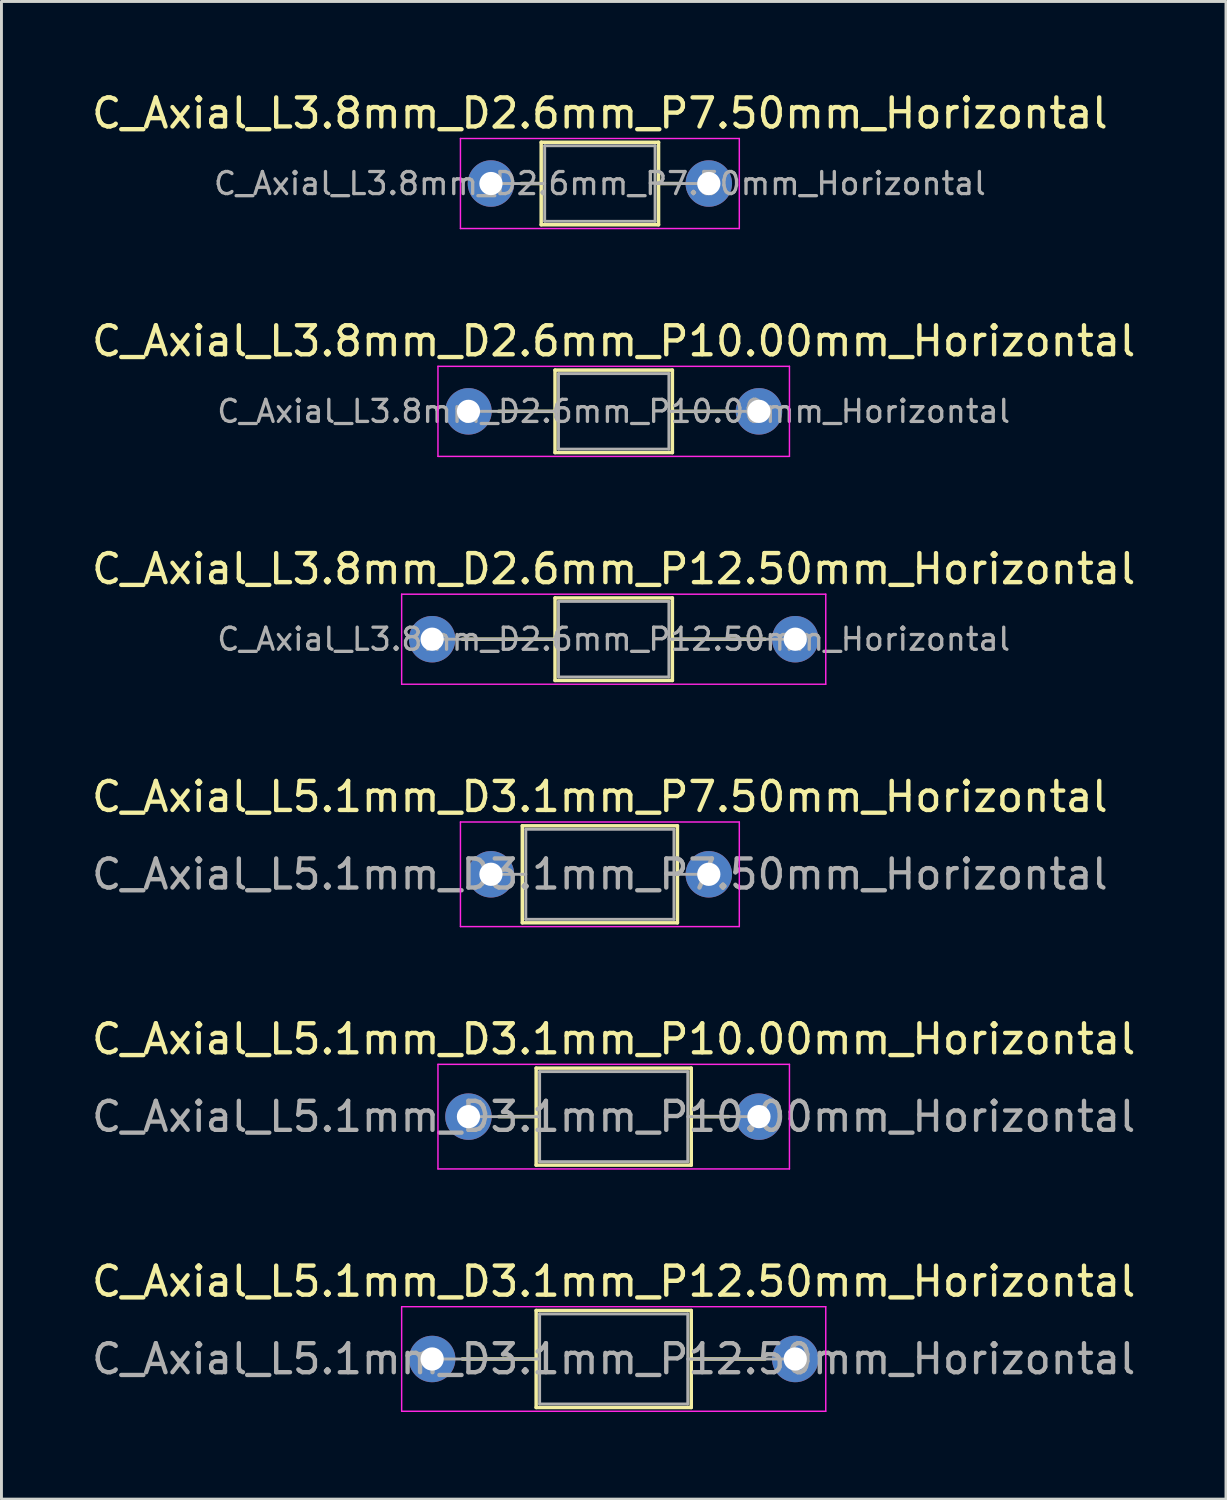
<source format=kicad_pcb>
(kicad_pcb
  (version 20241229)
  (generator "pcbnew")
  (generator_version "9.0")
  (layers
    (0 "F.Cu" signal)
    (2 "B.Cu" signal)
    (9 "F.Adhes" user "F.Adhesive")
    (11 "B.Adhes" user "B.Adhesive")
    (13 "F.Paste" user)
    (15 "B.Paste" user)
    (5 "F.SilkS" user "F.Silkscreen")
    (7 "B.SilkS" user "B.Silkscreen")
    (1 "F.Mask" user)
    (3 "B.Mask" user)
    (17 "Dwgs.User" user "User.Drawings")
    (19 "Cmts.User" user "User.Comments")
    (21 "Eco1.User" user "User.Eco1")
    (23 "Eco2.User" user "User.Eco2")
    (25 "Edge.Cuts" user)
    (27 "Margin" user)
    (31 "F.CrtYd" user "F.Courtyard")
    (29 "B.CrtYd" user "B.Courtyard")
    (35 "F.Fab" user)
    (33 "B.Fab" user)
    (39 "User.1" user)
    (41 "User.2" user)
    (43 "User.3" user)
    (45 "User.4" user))
  (footprint "C_Axial_L5.1mm_D3.1mm_P12.50mm_Horizontal"
    (layer "F.Cu")
    (at 11.827 43.734)
    (property "Reference" "C_Axial_L5.1mm_D3.1mm_P12.50mm_Horizontal" (at 6.25 -2.67 0) (layer "F.SilkS") (effects (font (size 1 1) (thickness 0.15))))
    (attr through_hole)
    (fp_line (start 1.04 0) (end 3.58 0) (stroke (width 0.12) (type solid)) (layer "F.SilkS"))
    (fp_line (start 3.58 -1.67) (end 3.58 1.67) (stroke (width 0.12) (type solid)) (layer "F.SilkS"))
    (fp_line (start 3.58 1.67) (end 8.92 1.67) (stroke (width 0.12) (type solid)) (layer "F.SilkS"))
    (fp_line (start 8.92 -1.67) (end 3.58 -1.67) (stroke (width 0.12) (type solid)) (layer "F.SilkS"))
    (fp_line (start 8.92 1.67) (end 8.92 -1.67) (stroke (width 0.12) (type solid)) (layer "F.SilkS"))
    (fp_line (start 11.46 0) (end 8.92 0) (stroke (width 0.12) (type solid)) (layer "F.SilkS"))
    (fp_line (start -1.05 -1.8) (end -1.05 1.8) (stroke (width 0.05) (type solid)) (layer "F.CrtYd"))
    (fp_line (start -1.05 1.8) (end 13.55 1.8) (stroke (width 0.05) (type solid)) (layer "F.CrtYd"))
    (fp_line (start 13.55 -1.8) (end -1.05 -1.8) (stroke (width 0.05) (type solid)) (layer "F.CrtYd"))
    (fp_line (start 13.55 1.8) (end 13.55 -1.8) (stroke (width 0.05) (type solid)) (layer "F.CrtYd"))
    (fp_line (start 0 0) (end 3.7 0) (stroke (width 0.1) (type solid)) (layer "F.Fab"))
    (fp_line (start 3.7 -1.55) (end 3.7 1.55) (stroke (width 0.1) (type solid)) (layer "F.Fab"))
    (fp_line (start 3.7 1.55) (end 8.8 1.55) (stroke (width 0.1) (type solid)) (layer "F.Fab"))
    (fp_line (start 8.8 -1.55) (end 3.7 -1.55) (stroke (width 0.1) (type solid)) (layer "F.Fab"))
    (fp_line (start 8.8 1.55) (end 8.8 -1.55) (stroke (width 0.1) (type solid)) (layer "F.Fab"))
    (fp_line (start 12.5 0) (end 8.8 0) (stroke (width 0.1) (type solid)) (layer "F.Fab"))
    (fp_text user "${REFERENCE}" (at 6.25 0 0) (layer "F.Fab") (effects (font (size 1 1) (thickness 0.15))))
    (pad "1" thru_hole circle (at 0 0) (size 1.6 1.6) (drill 0.8) (layers "*.Cu" "*.Mask"))
    (pad "2" thru_hole oval (at 12.5 0) (size 1.6 1.6) (drill 0.8) (layers "*.Cu" "*.Mask")))
  (footprint "C_Axial_L5.1mm_D3.1mm_P10.00mm_Horizontal"
    (layer "F.Cu")
    (at 13.077 35.391)
    (property "Reference" "C_Axial_L5.1mm_D3.1mm_P10.00mm_Horizontal" (at 5 -2.67 0) (layer "F.SilkS") (effects (font (size 1 1) (thickness 0.15))))
    (attr through_hole)
    (fp_line (start 1.04 0) (end 2.33 0) (stroke (width 0.12) (type solid)) (layer "F.SilkS"))
    (fp_line (start 2.33 -1.67) (end 2.33 1.67) (stroke (width 0.12) (type solid)) (layer "F.SilkS"))
    (fp_line (start 2.33 1.67) (end 7.67 1.67) (stroke (width 0.12) (type solid)) (layer "F.SilkS"))
    (fp_line (start 7.67 -1.67) (end 2.33 -1.67) (stroke (width 0.12) (type solid)) (layer "F.SilkS"))
    (fp_line (start 7.67 1.67) (end 7.67 -1.67) (stroke (width 0.12) (type solid)) (layer "F.SilkS"))
    (fp_line (start 8.96 0) (end 7.67 0) (stroke (width 0.12) (type solid)) (layer "F.SilkS"))
    (fp_line (start -1.05 -1.8) (end -1.05 1.8) (stroke (width 0.05) (type solid)) (layer "F.CrtYd"))
    (fp_line (start -1.05 1.8) (end 11.05 1.8) (stroke (width 0.05) (type solid)) (layer "F.CrtYd"))
    (fp_line (start 11.05 -1.8) (end -1.05 -1.8) (stroke (width 0.05) (type solid)) (layer "F.CrtYd"))
    (fp_line (start 11.05 1.8) (end 11.05 -1.8) (stroke (width 0.05) (type solid)) (layer "F.CrtYd"))
    (fp_line (start 0 0) (end 2.45 0) (stroke (width 0.1) (type solid)) (layer "F.Fab"))
    (fp_line (start 2.45 -1.55) (end 2.45 1.55) (stroke (width 0.1) (type solid)) (layer "F.Fab"))
    (fp_line (start 2.45 1.55) (end 7.55 1.55) (stroke (width 0.1) (type solid)) (layer "F.Fab"))
    (fp_line (start 7.55 -1.55) (end 2.45 -1.55) (stroke (width 0.1) (type solid)) (layer "F.Fab"))
    (fp_line (start 7.55 1.55) (end 7.55 -1.55) (stroke (width 0.1) (type solid)) (layer "F.Fab"))
    (fp_line (start 10 0) (end 7.55 0) (stroke (width 0.1) (type solid)) (layer "F.Fab"))
    (fp_text user "${REFERENCE}" (at 5 0 0) (layer "F.Fab") (effects (font (size 1 1) (thickness 0.15))))
    (pad "1" thru_hole circle (at 0 0) (size 1.6 1.6) (drill 0.8) (layers "*.Cu" "*.Mask"))
    (pad "2" thru_hole oval (at 10 0) (size 1.6 1.6) (drill 0.8) (layers "*.Cu" "*.Mask")))
  (footprint "C_Axial_L5.1mm_D3.1mm_P7.50mm_Horizontal"
    (layer "F.Cu")
    (at 13.851 27.048)
    (property "Reference" "C_Axial_L5.1mm_D3.1mm_P7.50mm_Horizontal" (at 3.75 -2.67 0) (layer "F.SilkS") (effects (font (size 1 1) (thickness 0.15))))
    (attr through_hole)
    (fp_line (start 1.04 0) (end 1.08 0) (stroke (width 0.12) (type solid)) (layer "F.SilkS"))
    (fp_line (start 1.08 -1.67) (end 1.08 1.67) (stroke (width 0.12) (type solid)) (layer "F.SilkS"))
    (fp_line (start 1.08 1.67) (end 6.42 1.67) (stroke (width 0.12) (type solid)) (layer "F.SilkS"))
    (fp_line (start 6.42 -1.67) (end 1.08 -1.67) (stroke (width 0.12) (type solid)) (layer "F.SilkS"))
    (fp_line (start 6.42 1.67) (end 6.42 -1.67) (stroke (width 0.12) (type solid)) (layer "F.SilkS"))
    (fp_line (start 6.46 0) (end 6.42 0) (stroke (width 0.12) (type solid)) (layer "F.SilkS"))
    (fp_line (start -1.05 -1.8) (end -1.05 1.8) (stroke (width 0.05) (type solid)) (layer "F.CrtYd"))
    (fp_line (start -1.05 1.8) (end 8.55 1.8) (stroke (width 0.05) (type solid)) (layer "F.CrtYd"))
    (fp_line (start 8.55 -1.8) (end -1.05 -1.8) (stroke (width 0.05) (type solid)) (layer "F.CrtYd"))
    (fp_line (start 8.55 1.8) (end 8.55 -1.8) (stroke (width 0.05) (type solid)) (layer "F.CrtYd"))
    (fp_line (start 0 0) (end 1.2 0) (stroke (width 0.1) (type solid)) (layer "F.Fab"))
    (fp_line (start 1.2 -1.55) (end 1.2 1.55) (stroke (width 0.1) (type solid)) (layer "F.Fab"))
    (fp_line (start 1.2 1.55) (end 6.3 1.55) (stroke (width 0.1) (type solid)) (layer "F.Fab"))
    (fp_line (start 6.3 -1.55) (end 1.2 -1.55) (stroke (width 0.1) (type solid)) (layer "F.Fab"))
    (fp_line (start 6.3 1.55) (end 6.3 -1.55) (stroke (width 0.1) (type solid)) (layer "F.Fab"))
    (fp_line (start 7.5 0) (end 6.3 0) (stroke (width 0.1) (type solid)) (layer "F.Fab"))
    (fp_text user "${REFERENCE}" (at 3.75 0 0) (layer "F.Fab") (effects (font (size 1 1) (thickness 0.15))))
    (pad "1" thru_hole circle (at 0 0) (size 1.6 1.6) (drill 0.8) (layers "*.Cu" "*.Mask"))
    (pad "2" thru_hole oval (at 7.5 0) (size 1.6 1.6) (drill 0.8) (layers "*.Cu" "*.Mask")))
  (footprint "C_Axial_L3.8mm_D2.6mm_P10.00mm_Horizontal"
    (layer "F.Cu")
    (at 13.077 11.111)
    (property "Reference" "C_Axial_L3.8mm_D2.6mm_P10.00mm_Horizontal" (at 5 -2.42 0) (layer "F.SilkS") (effects (font (size 1 1) (thickness 0.15))))
    (attr through_hole)
    (fp_line (start 1.04 0) (end 2.98 0) (stroke (width 0.12) (type solid)) (layer "F.SilkS"))
    (fp_line (start 2.98 -1.42) (end 2.98 1.42) (stroke (width 0.12) (type solid)) (layer "F.SilkS"))
    (fp_line (start 2.98 1.42) (end 7.02 1.42) (stroke (width 0.12) (type solid)) (layer "F.SilkS"))
    (fp_line (start 7.02 -1.42) (end 2.98 -1.42) (stroke (width 0.12) (type solid)) (layer "F.SilkS"))
    (fp_line (start 7.02 1.42) (end 7.02 -1.42) (stroke (width 0.12) (type solid)) (layer "F.SilkS"))
    (fp_line (start 8.96 0) (end 7.02 0) (stroke (width 0.12) (type solid)) (layer "F.SilkS"))
    (fp_line (start -1.05 -1.55) (end -1.05 1.55) (stroke (width 0.05) (type solid)) (layer "F.CrtYd"))
    (fp_line (start -1.05 1.55) (end 11.05 1.55) (stroke (width 0.05) (type solid)) (layer "F.CrtYd"))
    (fp_line (start 11.05 -1.55) (end -1.05 -1.55) (stroke (width 0.05) (type solid)) (layer "F.CrtYd"))
    (fp_line (start 11.05 1.55) (end 11.05 -1.55) (stroke (width 0.05) (type solid)) (layer "F.CrtYd"))
    (fp_line (start 0 0) (end 3.1 0) (stroke (width 0.1) (type solid)) (layer "F.Fab"))
    (fp_line (start 3.1 -1.3) (end 3.1 1.3) (stroke (width 0.1) (type solid)) (layer "F.Fab"))
    (fp_line (start 3.1 1.3) (end 6.9 1.3) (stroke (width 0.1) (type solid)) (layer "F.Fab"))
    (fp_line (start 6.9 -1.3) (end 3.1 -1.3) (stroke (width 0.1) (type solid)) (layer "F.Fab"))
    (fp_line (start 6.9 1.3) (end 6.9 -1.3) (stroke (width 0.1) (type solid)) (layer "F.Fab"))
    (fp_line (start 10 0) (end 6.9 0) (stroke (width 0.1) (type solid)) (layer "F.Fab"))
    (fp_text user "${REFERENCE}" (at 5 0 0) (layer "F.Fab") (effects (font (size 0.76 0.76) (thickness 0.114))))
    (pad "1" thru_hole circle (at 0 0) (size 1.6 1.6) (drill 0.8) (layers "*.Cu" "*.Mask"))
    (pad "2" thru_hole oval (at 10 0) (size 1.6 1.6) (drill 0.8) (layers "*.Cu" "*.Mask")))
  (footprint "C_Axial_L3.8mm_D2.6mm_P7.50mm_Horizontal"
    (layer "F.Cu")
    (at 13.851 3.268)
    (property "Reference" "C_Axial_L3.8mm_D2.6mm_P7.50mm_Horizontal" (at 3.75 -2.42 0) (layer "F.SilkS") (effects (font (size 1 1) (thickness 0.15))))
    (attr through_hole)
    (fp_line (start 1.04 0) (end 1.73 0) (stroke (width 0.12) (type solid)) (layer "F.SilkS"))
    (fp_line (start 1.73 -1.42) (end 1.73 1.42) (stroke (width 0.12) (type solid)) (layer "F.SilkS"))
    (fp_line (start 1.73 1.42) (end 5.77 1.42) (stroke (width 0.12) (type solid)) (layer "F.SilkS"))
    (fp_line (start 5.77 -1.42) (end 1.73 -1.42) (stroke (width 0.12) (type solid)) (layer "F.SilkS"))
    (fp_line (start 5.77 1.42) (end 5.77 -1.42) (stroke (width 0.12) (type solid)) (layer "F.SilkS"))
    (fp_line (start 6.46 0) (end 5.77 0) (stroke (width 0.12) (type solid)) (layer "F.SilkS"))
    (fp_line (start -1.05 -1.55) (end -1.05 1.55) (stroke (width 0.05) (type solid)) (layer "F.CrtYd"))
    (fp_line (start -1.05 1.55) (end 8.55 1.55) (stroke (width 0.05) (type solid)) (layer "F.CrtYd"))
    (fp_line (start 8.55 -1.55) (end -1.05 -1.55) (stroke (width 0.05) (type solid)) (layer "F.CrtYd"))
    (fp_line (start 8.55 1.55) (end 8.55 -1.55) (stroke (width 0.05) (type solid)) (layer "F.CrtYd"))
    (fp_line (start 0 0) (end 1.85 0) (stroke (width 0.1) (type solid)) (layer "F.Fab"))
    (fp_line (start 1.85 -1.3) (end 1.85 1.3) (stroke (width 0.1) (type solid)) (layer "F.Fab"))
    (fp_line (start 1.85 1.3) (end 5.65 1.3) (stroke (width 0.1) (type solid)) (layer "F.Fab"))
    (fp_line (start 5.65 -1.3) (end 1.85 -1.3) (stroke (width 0.1) (type solid)) (layer "F.Fab"))
    (fp_line (start 5.65 1.3) (end 5.65 -1.3) (stroke (width 0.1) (type solid)) (layer "F.Fab"))
    (fp_line (start 7.5 0) (end 5.65 0) (stroke (width 0.1) (type solid)) (layer "F.Fab"))
    (fp_text user "${REFERENCE}" (at 3.75 0 0) (layer "F.Fab") (effects (font (size 0.76 0.76) (thickness 0.114))))
    (pad "1" thru_hole circle (at 0 0) (size 1.6 1.6) (drill 0.8) (layers "*.Cu" "*.Mask"))
    (pad "2" thru_hole oval (at 7.5 0) (size 1.6 1.6) (drill 0.8) (layers "*.Cu" "*.Mask")))
  (footprint "C_Axial_L3.8mm_D2.6mm_P12.50mm_Horizontal"
    (layer "F.Cu")
    (at 11.827 18.955)
    (property "Reference" "C_Axial_L3.8mm_D2.6mm_P12.50mm_Horizontal" (at 6.25 -2.42 0) (layer "F.SilkS") (effects (font (size 1 1) (thickness 0.15))))
    (attr through_hole)
    (fp_line (start 1.04 0) (end 4.23 0) (stroke (width 0.12) (type solid)) (layer "F.SilkS"))
    (fp_line (start 4.23 -1.42) (end 4.23 1.42) (stroke (width 0.12) (type solid)) (layer "F.SilkS"))
    (fp_line (start 4.23 1.42) (end 8.27 1.42) (stroke (width 0.12) (type solid)) (layer "F.SilkS"))
    (fp_line (start 8.27 -1.42) (end 4.23 -1.42) (stroke (width 0.12) (type solid)) (layer "F.SilkS"))
    (fp_line (start 8.27 1.42) (end 8.27 -1.42) (stroke (width 0.12) (type solid)) (layer "F.SilkS"))
    (fp_line (start 11.46 0) (end 8.27 0) (stroke (width 0.12) (type solid)) (layer "F.SilkS"))
    (fp_line (start -1.05 -1.55) (end -1.05 1.55) (stroke (width 0.05) (type solid)) (layer "F.CrtYd"))
    (fp_line (start -1.05 1.55) (end 13.55 1.55) (stroke (width 0.05) (type solid)) (layer "F.CrtYd"))
    (fp_line (start 13.55 -1.55) (end -1.05 -1.55) (stroke (width 0.05) (type solid)) (layer "F.CrtYd"))
    (fp_line (start 13.55 1.55) (end 13.55 -1.55) (stroke (width 0.05) (type solid)) (layer "F.CrtYd"))
    (fp_line (start 0 0) (end 4.35 0) (stroke (width 0.1) (type solid)) (layer "F.Fab"))
    (fp_line (start 4.35 -1.3) (end 4.35 1.3) (stroke (width 0.1) (type solid)) (layer "F.Fab"))
    (fp_line (start 4.35 1.3) (end 8.15 1.3) (stroke (width 0.1) (type solid)) (layer "F.Fab"))
    (fp_line (start 8.15 -1.3) (end 4.35 -1.3) (stroke (width 0.1) (type solid)) (layer "F.Fab"))
    (fp_line (start 8.15 1.3) (end 8.15 -1.3) (stroke (width 0.1) (type solid)) (layer "F.Fab"))
    (fp_line (start 12.5 0) (end 8.15 0) (stroke (width 0.1) (type solid)) (layer "F.Fab"))
    (fp_text user "${REFERENCE}" (at 6.25 0 0) (layer "F.Fab") (effects (font (size 0.76 0.76) (thickness 0.114))))
    (pad "1" thru_hole circle (at 0 0) (size 1.6 1.6) (drill 0.8) (layers "*.Cu" "*.Mask"))
    (pad "2" thru_hole oval (at 12.5 0) (size 1.6 1.6) (drill 0.8) (layers "*.Cu" "*.Mask")))
  (gr_rect
    (start -3 -3)
    (end 39.155 48.559)
    (stroke (width 0.1) (type default))
    (fill no)
    (layer "Edge.Cuts")))
</source>
